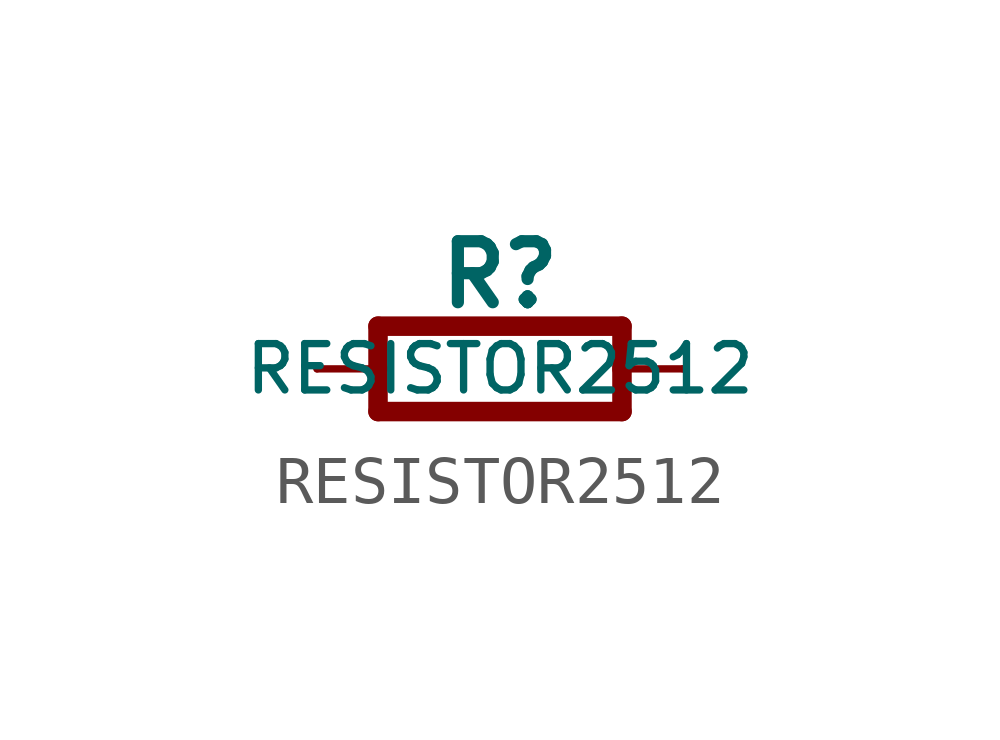
<source format=kicad_sym>
(kicad_symbol_lib
  (version 20211014)
  (generator kicad_symbol_editor)
  (symbol "RESISTOR2512"
    (property "Reference" "R"
      (at 1.27 1.219 0)
      (effects (font (size 1.27 1.27) bold) (justify bottom)))
    (property "Value" "RESISTOR2512"
      (at 1.27 0 0)
      (effects (font (size 0.965 0.965))))
    (property "ki_locked" ""
      (at 0 0 0)
      (effects (font (size 1.27 1.27))))
    (symbol "RESISTOR2512_1_0"
      (polyline (pts (xy -1.27 -0.889) (xy -1.27 0)) (stroke (width 0.406) (type default) (color 0 0 0 0)) (fill (type none)))
      (polyline (pts (xy -1.27 -0.889) (xy 3.81 -0.889)) (stroke (width 0.406) (type default) (color 0 0 0 0)) (fill (type none)))
      (polyline (pts (xy -1.27 0) (xy -2.54 0)) (stroke (width 0.152) (type default) (color 0 0 0 0)) (fill (type none)))
      (polyline (pts (xy -1.27 0) (xy -1.27 0.889)) (stroke (width 0.406) (type default) (color 0 0 0 0)) (fill (type none)))
      (polyline (pts (xy 3.81 -0.889) (xy 3.81 0)) (stroke (width 0.406) (type default) (color 0 0 0 0)) (fill (type none)))
      (polyline (pts (xy 3.81 0) (xy 3.81 0.889)) (stroke (width 0.406) (type default) (color 0 0 0 0)) (fill (type none)))
      (polyline (pts (xy 3.81 0) (xy 5.08 0)) (stroke (width 0.152) (type default) (color 0 0 0 0)) (fill (type none)))
      (polyline (pts (xy 3.81 0.889) (xy -1.27 0.889)) (stroke (width 0.406) (type default) (color 0 0 0 0)) (fill (type none)))
      (pin passive line (at -2.54 0 0) (length 0) (name "1" (effects (font (size 0 0)))) (number "1" (effects (font (size 0 0)))))
      (pin passive line (at 5.08 0 180) (length 0) (name "2" (effects (font (size 0 0)))) (number "2" (effects (font (size 0 0))))))))
</source>
